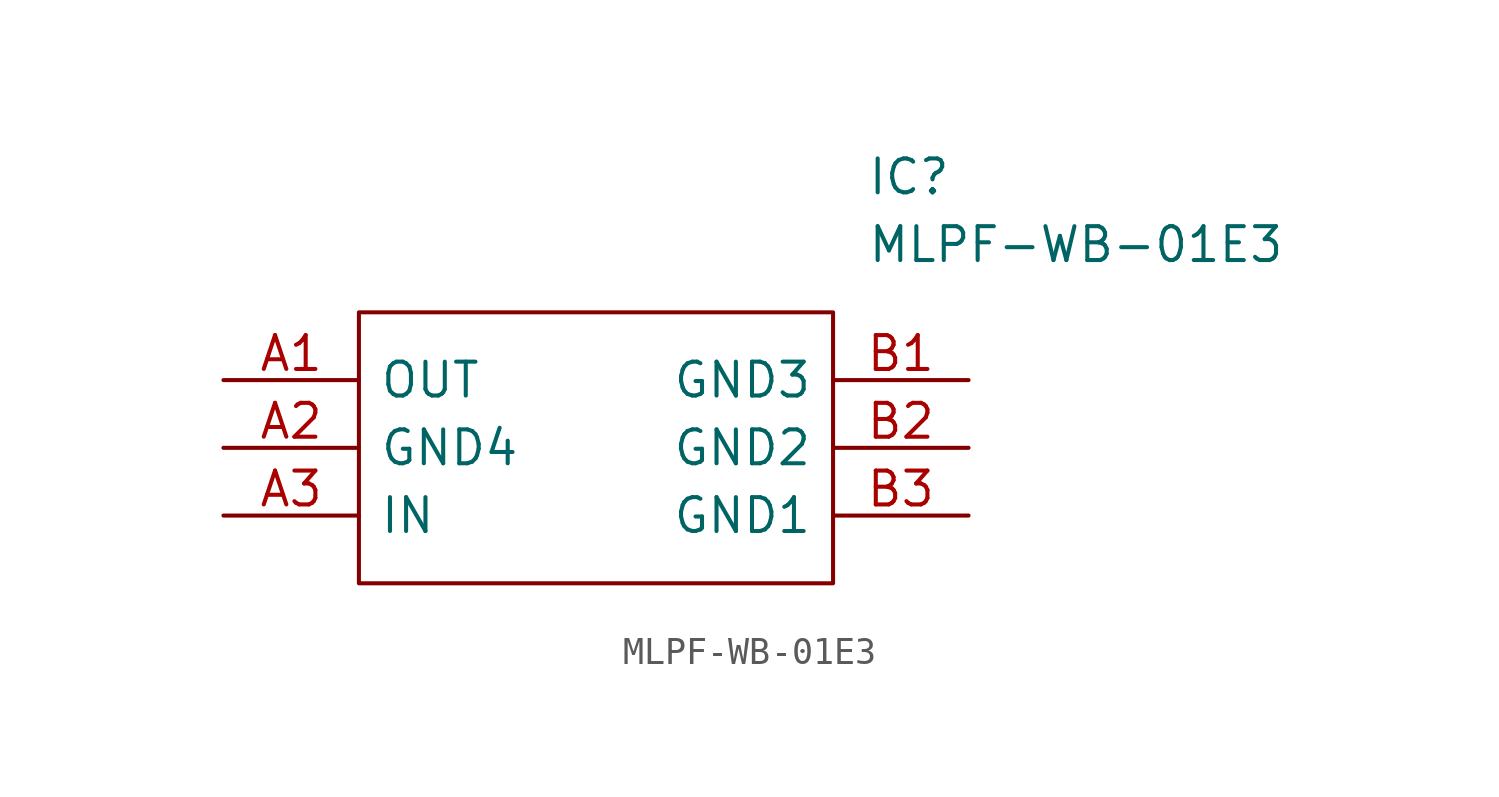
<source format=kicad_sym>
(kicad_symbol_lib
  (version 20211014)
  (generator kicad_symbol_editor)
  (symbol "MLPF-WB-01E3"
    (pin_names
      (offset 0.762))
    (property "Reference" "IC"
      (at 24.13 7.62 0)
      (effects (font (size 1.27 1.27)) (justify left)))
    (property "Value" "MLPF-WB-01E3"
      (at 24.13 5.08 0)
      (effects (font (size 1.27 1.27)) (justify left)))
    (symbol "MLPF-WB-01E3_0_0"
      (pin passive line (at 0 0 0) (length 5.08) (name "OUT" (effects (font (size 1.27 1.27)))) (number "A1" (effects (font (size 1.27 1.27)))))
      (pin passive line (at 0 -2.54 0) (length 5.08) (name "GND4" (effects (font (size 1.27 1.27)))) (number "A2" (effects (font (size 1.27 1.27)))))
      (pin passive line (at 0 -5.08 0) (length 5.08) (name "IN" (effects (font (size 1.27 1.27)))) (number "A3" (effects (font (size 1.27 1.27)))))
      (pin passive line (at 27.94 0 180) (length 5.08) (name "GND3" (effects (font (size 1.27 1.27)))) (number "B1" (effects (font (size 1.27 1.27)))))
      (pin passive line (at 27.94 -2.54 180) (length 5.08) (name "GND2" (effects (font (size 1.27 1.27)))) (number "B2" (effects (font (size 1.27 1.27)))))
      (pin passive line (at 27.94 -5.08 180) (length 5.08) (name "GND1" (effects (font (size 1.27 1.27)))) (number "B3" (effects (font (size 1.27 1.27))))))
    (symbol "MLPF-WB-01E3_0_1"
      (polyline (pts (xy 5.08 2.54) (xy 22.86 2.54) (xy 22.86 -7.62) (xy 5.08 -7.62) (xy 5.08 2.54)) (stroke (width 0.152) (type default) (color 0 0 0 0)) (fill (type none))))))
</source>
